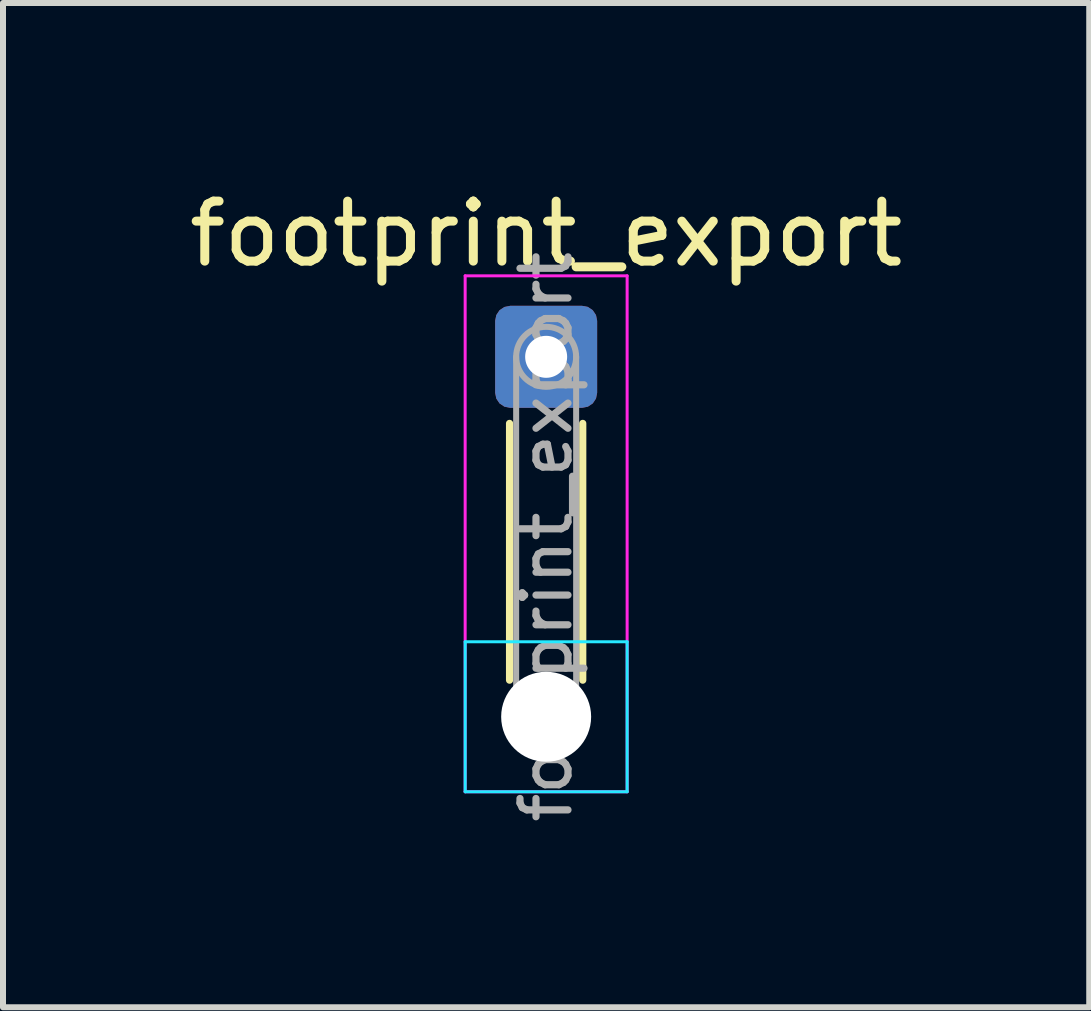
<source format=kicad_pcb>
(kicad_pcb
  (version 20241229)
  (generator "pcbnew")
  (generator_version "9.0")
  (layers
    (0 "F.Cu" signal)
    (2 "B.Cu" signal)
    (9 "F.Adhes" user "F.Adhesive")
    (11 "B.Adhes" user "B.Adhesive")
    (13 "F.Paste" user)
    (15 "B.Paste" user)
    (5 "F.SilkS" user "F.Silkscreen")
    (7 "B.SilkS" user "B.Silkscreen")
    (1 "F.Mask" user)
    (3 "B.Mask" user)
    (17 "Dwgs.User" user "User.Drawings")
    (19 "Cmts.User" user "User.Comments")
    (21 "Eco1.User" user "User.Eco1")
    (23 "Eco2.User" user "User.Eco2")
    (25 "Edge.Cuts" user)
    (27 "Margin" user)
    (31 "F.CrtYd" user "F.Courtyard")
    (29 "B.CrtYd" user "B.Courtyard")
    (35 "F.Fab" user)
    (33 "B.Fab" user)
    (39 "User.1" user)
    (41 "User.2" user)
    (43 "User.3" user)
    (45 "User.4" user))
  (footprint "footprint_export"
    (layer "F.Cu")
    (at 6.054 2.898)
    (property "Reference" "footprint_export" (at 0 -2.05 0) (layer "F.SilkS") (effects (font (size 1 1) (thickness 0.15))))
    (attr exclude_from_pos_files exclude_from_bom)
    (fp_line (start -0.61 1.11) (end -0.61 5.39) (stroke (width 0.12) (type solid)) (layer "F.SilkS"))
    (fp_line (start 0.61 1.11) (end 0.61 5.39) (stroke (width 0.12) (type solid)) (layer "F.SilkS"))
    (fp_line (start -1.35 4.75) (end -1.35 7.25) (stroke (width 0.05) (type solid)) (layer "B.CrtYd"))
    (fp_line (start -1.35 7.25) (end 1.35 7.25) (stroke (width 0.05) (type solid)) (layer "B.CrtYd"))
    (fp_line (start 1.35 4.75) (end -1.35 4.75) (stroke (width 0.05) (type solid)) (layer "B.CrtYd"))
    (fp_line (start 1.35 7.25) (end 1.35 4.75) (stroke (width 0.05) (type solid)) (layer "B.CrtYd"))
    (fp_line (start -1.35 -1.35) (end -1.35 7.25) (stroke (width 0.05) (type solid)) (layer "F.CrtYd"))
    (fp_line (start -1.35 7.25) (end 1.35 7.25) (stroke (width 0.05) (type solid)) (layer "F.CrtYd"))
    (fp_line (start 1.35 -1.35) (end -1.35 -1.35) (stroke (width 0.05) (type solid)) (layer "F.CrtYd"))
    (fp_line (start 1.35 7.25) (end 1.35 -1.35) (stroke (width 0.05) (type solid)) (layer "F.CrtYd"))
    (fp_line (start -0.5 0) (end -0.5 6) (stroke (width 0.1) (type solid)) (layer "F.Fab"))
    (fp_line (start 0.5 0) (end 0.5 6) (stroke (width 0.1) (type solid)) (layer "F.Fab"))
    (fp_circle (center 0 0) (end 0.5 0) (stroke (width 0.1) (type solid)) (fill no) (layer "F.Fab"))
    (fp_circle (center 0 6) (end 0.5 6) (stroke (width 0.1) (type solid)) (fill no) (layer "F.Fab"))
    (fp_text user "${REFERENCE}" (at 0 3 90) (layer "F.Fab") (effects (font (size 0.8 0.8) (thickness 0.12))))
    (pad "" np_thru_hole circle (at 0 6) (size 1.5 1.5) (drill 1.5) (layers "*.Cu" "*.Mask"))
    (pad "1" thru_hole roundrect (at 0 0) (size 1.7 1.7) (drill 0.7) (layers "*.Cu" "*.Mask") (roundrect_rratio 0.147)))
  (gr_rect
    (start -3 -3)
    (end 15.107 13.741)
    (stroke (width 0.1) (type default))
    (fill no)
    (layer "Edge.Cuts")))
</source>
